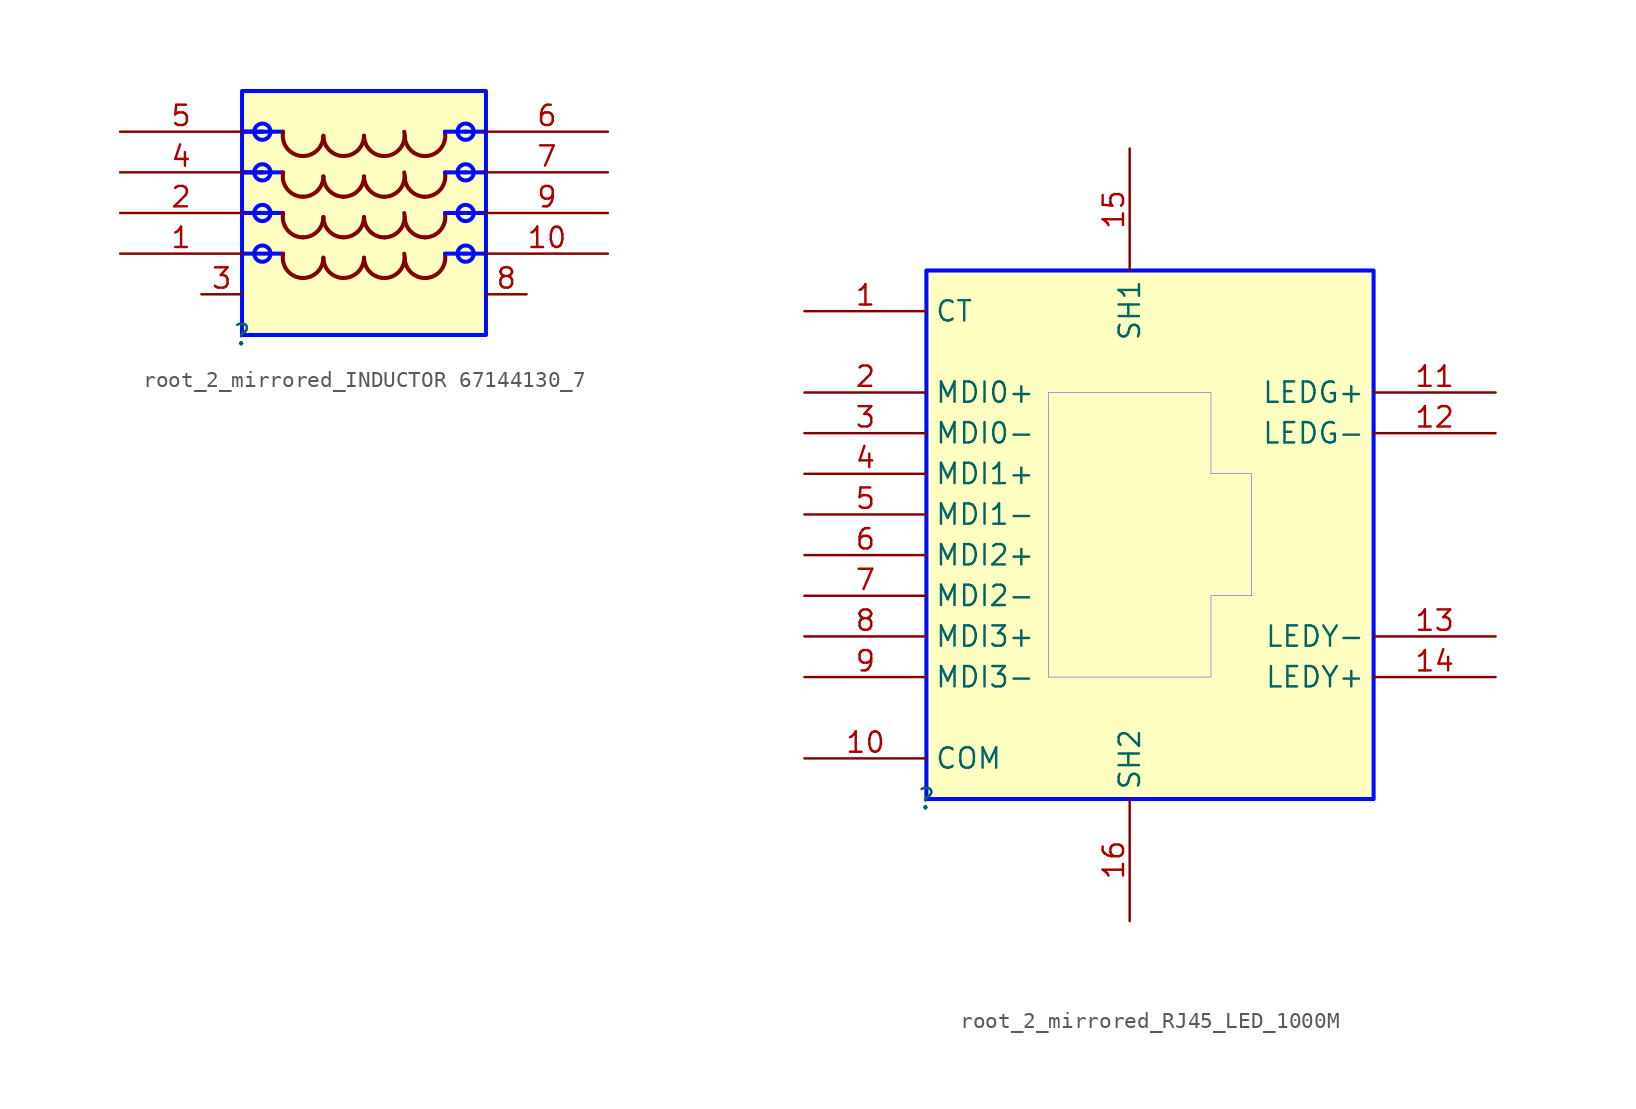
<source format=kicad_sym>
(kicad_symbol_lib
  (version 20231120)
  (generator "kicad_symbol_editor")
  (generator_version "8.0")
  (symbol "root_2_mirrored_INDUCTOR 67144130_7"
    (property "Reference" ""
      (at 0 0 0)
      (effects (font (size 1.27 1.27))))
    (property "Value" ""
      (at 0 0 0)
      (effects (font (size 1.27 1.27))))
    (symbol "root_2_mirrored_INDUCTOR 67144130_7_1_0"
      (polyline (pts (xy 0 5.08) (xy 2.54 5.08)) (stroke (width 0.254) (type solid) (color 0 11 255 1)) (fill (type none)))
      (polyline (pts (xy 0 7.62) (xy 1.27 7.62)) (stroke (width 0.254) (type solid) (color 0 11 255 1)) (fill (type none)))
      (polyline (pts (xy 0 7.62) (xy 2.54 7.62)) (stroke (width 0.254) (type solid) (color 0 11 255 1)) (fill (type none)))
      (polyline (pts (xy 0 10.16) (xy 1.27 10.16)) (stroke (width 0.254) (type solid) (color 0 11 255 1)) (fill (type none)))
      (polyline (pts (xy 0 10.16) (xy 2.54 10.16)) (stroke (width 0.254) (type solid) (color 0 11 255 1)) (fill (type none)))
      (polyline (pts (xy 0 12.7) (xy 1.27 12.7)) (stroke (width 0.254) (type solid) (color 0 11 255 1)) (fill (type none)))
      (polyline (pts (xy 0 12.7) (xy 2.54 12.7)) (stroke (width 0.254) (type solid) (color 0 11 255 1)) (fill (type none)))
      (polyline (pts (xy 12.7 5.08) (xy 13.97 5.08)) (stroke (width 0.254) (type solid) (color 0 11 255 1)) (fill (type none)))
      (polyline (pts (xy 12.7 7.62) (xy 13.97 7.62)) (stroke (width 0.254) (type solid) (color 0 11 255 1)) (fill (type none)))
      (polyline (pts (xy 12.7 10.16) (xy 13.97 10.16)) (stroke (width 0.254) (type solid) (color 0 11 255 1)) (fill (type none)))
      (polyline (pts (xy 12.7 12.7) (xy 13.97 12.7)) (stroke (width 0.254) (type solid) (color 0 11 255 1)) (fill (type none)))
      (polyline (pts (xy 15.24 5.08) (xy 13.97 5.08)) (stroke (width 0.254) (type solid) (color 0 11 255 1)) (fill (type none)))
      (polyline (pts (xy 15.24 7.62) (xy 13.97 7.62)) (stroke (width 0.254) (type solid) (color 0 11 255 1)) (fill (type none)))
      (polyline (pts (xy 15.24 10.16) (xy 13.97 10.16)) (stroke (width 0.254) (type solid) (color 0 11 255 1)) (fill (type none)))
      (polyline (pts (xy 15.24 12.7) (xy 13.97 12.7)) (stroke (width 0.254) (type solid) (color 0 11 255 1)) (fill (type none)))
      (circle (center 1.27 5.08) (radius 0.508) (stroke (width 0.254) (type solid) (color 0 11 255 1)) (fill (type color) (color 0 0 255 1)))
      (circle (center 1.27 7.62) (radius 0.508) (stroke (width 0.254) (type solid) (color 0 11 255 1)) (fill (type color) (color 0 0 255 1)))
      (circle (center 1.27 10.16) (radius 0.508) (stroke (width 0.254) (type solid) (color 0 11 255 1)) (fill (type color) (color 0 0 255 1)))
      (circle (center 1.27 12.7) (radius 0.508) (stroke (width 0.254) (type solid) (color 0 11 255 1)) (fill (type color) (color 0 0 255 1)))
      (arc (start 2.5647 5.0751) (mid 2.8279 4.0209) (end 3.81 3.556) (stroke (width 0.254) (type solid)) (fill (type none)))
      (arc (start 2.5647 7.6151) (mid 2.8279 6.5609) (end 3.81 6.096) (stroke (width 0.254) (type solid)) (fill (type none)))
      (arc (start 2.5647 10.1551) (mid 2.8279 9.1009) (end 3.81 8.636) (stroke (width 0.254) (type solid)) (fill (type none)))
      (arc (start 2.5647 12.6951) (mid 2.8279 11.6409) (end 3.81 11.176) (stroke (width 0.254) (type solid)) (fill (type none)))
      (arc (start 3.81 3.556) (mid 4.708 3.928) (end 5.08 4.826) (stroke (width 0.254) (type solid)) (fill (type none)))
      (arc (start 3.81 6.096) (mid 4.708 6.468) (end 5.08 7.366) (stroke (width 0.254) (type solid)) (fill (type none)))
      (arc (start 3.81 8.636) (mid 4.708 9.008) (end 5.08 9.906) (stroke (width 0.254) (type solid)) (fill (type none)))
      (arc (start 3.81 11.176) (mid 4.708 11.548) (end 5.08 12.446) (stroke (width 0.254) (type solid)) (fill (type none)))
      (arc (start 5.08 4.826) (mid 5.452 3.928) (end 6.35 3.556) (stroke (width 0.254) (type solid)) (fill (type none)))
      (arc (start 5.08 7.366) (mid 5.452 6.468) (end 6.35 6.096) (stroke (width 0.254) (type solid)) (fill (type none)))
      (arc (start 5.08 9.906) (mid 5.452 9.008) (end 6.35 8.636) (stroke (width 0.254) (type solid)) (fill (type none)))
      (arc (start 5.08 12.446) (mid 5.452 11.548) (end 6.35 11.176) (stroke (width 0.254) (type solid)) (fill (type none)))
      (arc (start 6.35 3.556) (mid 7.248 3.928) (end 7.62 4.826) (stroke (width 0.254) (type solid)) (fill (type none)))
      (arc (start 6.35 6.096) (mid 7.248 6.468) (end 7.62 7.366) (stroke (width 0.254) (type solid)) (fill (type none)))
      (arc (start 6.35 8.636) (mid 7.248 9.008) (end 7.62 9.906) (stroke (width 0.254) (type solid)) (fill (type none)))
      (arc (start 6.35 11.176) (mid 7.248 11.548) (end 7.62 12.446) (stroke (width 0.254) (type solid)) (fill (type none)))
      (arc (start 7.62 4.826) (mid 7.992 3.928) (end 8.89 3.556) (stroke (width 0.254) (type solid)) (fill (type none)))
      (arc (start 7.62 7.366) (mid 7.992 6.468) (end 8.89 6.096) (stroke (width 0.254) (type solid)) (fill (type none)))
      (arc (start 7.62 9.906) (mid 7.992 9.008) (end 8.89 8.636) (stroke (width 0.254) (type solid)) (fill (type none)))
      (arc (start 7.62 12.446) (mid 7.992 11.548) (end 8.89 11.176) (stroke (width 0.254) (type solid)) (fill (type none)))
      (arc (start 8.89 3.556) (mid 9.8722 4.0208) (end 10.1353 5.0751) (stroke (width 0.254) (type solid)) (fill (type none)))
      (arc (start 8.89 6.096) (mid 9.8722 6.5608) (end 10.1353 7.6151) (stroke (width 0.254) (type solid)) (fill (type none)))
      (arc (start 8.89 8.636) (mid 9.8722 9.1008) (end 10.1353 10.1551) (stroke (width 0.254) (type solid)) (fill (type none)))
      (arc (start 8.89 11.176) (mid 9.8722 11.6408) (end 10.1353 12.6951) (stroke (width 0.254) (type solid)) (fill (type none)))
      (arc (start 10.16 4.826) (mid 10.532 3.928) (end 11.43 3.556) (stroke (width 0.254) (type solid)) (fill (type none)))
      (arc (start 10.16 7.366) (mid 10.532 6.468) (end 11.43 6.096) (stroke (width 0.254) (type solid)) (fill (type none)))
      (arc (start 10.16 9.906) (mid 10.532 9.008) (end 11.43 8.636) (stroke (width 0.254) (type solid)) (fill (type none)))
      (arc (start 10.16 12.446) (mid 10.532 11.548) (end 11.43 11.176) (stroke (width 0.254) (type solid)) (fill (type none)))
      (arc (start 11.43 3.556) (mid 12.4122 4.0208) (end 12.6753 5.0751) (stroke (width 0.254) (type solid)) (fill (type none)))
      (arc (start 11.43 6.096) (mid 12.4122 6.5608) (end 12.6753 7.6151) (stroke (width 0.254) (type solid)) (fill (type none)))
      (arc (start 11.43 8.636) (mid 12.4122 9.1008) (end 12.6753 10.1551) (stroke (width 0.254) (type solid)) (fill (type none)))
      (arc (start 11.43 11.176) (mid 12.4122 11.6408) (end 12.6753 12.6951) (stroke (width 0.254) (type solid)) (fill (type none)))
      (circle (center 13.97 5.08) (radius 0.508) (stroke (width 0.254) (type solid) (color 0 11 255 1)) (fill (type color) (color 0 0 255 1)))
      (circle (center 13.97 7.62) (radius 0.508) (stroke (width 0.254) (type solid) (color 0 11 255 1)) (fill (type color) (color 0 0 255 1)))
      (circle (center 13.97 10.16) (radius 0.508) (stroke (width 0.254) (type solid) (color 0 11 255 1)) (fill (type color) (color 0 0 255 1)))
      (circle (center 13.97 12.7) (radius 0.508) (stroke (width 0.254) (type solid) (color 0 11 255 1)) (fill (type color) (color 0 0 255 1)))
      (rectangle (start 15.24 15.24) (end 0 0) (stroke (width 0.254) (type solid) (color 0 11 255 1)) (fill (type background)))
      (pin passive line (at -7.62 5.08 0) (length 7.62) (name "1" (effects (font (size 0 0)))) (number "1" (effects (font (size 1.27 1.27)))))
      (pin passive line (at 22.86 5.08 180) (length 7.62) (name "10" (effects (font (size 0 0)))) (number "10" (effects (font (size 1.27 1.27)))))
      (pin passive line (at -7.62 7.62 0) (length 7.62) (name "2" (effects (font (size 0 0)))) (number "2" (effects (font (size 1.27 1.27)))))
      (pin passive line (at -2.54 2.54 0) (length 2.54) (name "3" (effects (font (size 0 0)))) (number "3" (effects (font (size 1.27 1.27)))))
      (pin passive line (at -7.62 10.16 0) (length 7.62) (name "4" (effects (font (size 0 0)))) (number "4" (effects (font (size 1.27 1.27)))))
      (pin passive line (at -7.62 12.7 0) (length 7.62) (name "5" (effects (font (size 0 0)))) (number "5" (effects (font (size 1.27 1.27)))))
      (pin passive line (at 22.86 12.7 180) (length 7.62) (name "6" (effects (font (size 0 0)))) (number "6" (effects (font (size 1.27 1.27)))))
      (pin passive line (at 22.86 10.16 180) (length 7.62) (name "7" (effects (font (size 0 0)))) (number "7" (effects (font (size 1.27 1.27)))))
      (pin passive line (at 17.78 2.54 180) (length 2.54) (name "8" (effects (font (size 0 0)))) (number "8" (effects (font (size 1.27 1.27)))))
      (pin passive line (at 22.86 7.62 180) (length 7.62) (name "9" (effects (font (size 0 0)))) (number "9" (effects (font (size 1.27 1.27)))))))
  (symbol "root_2_mirrored_RJ45_LED_1000M"
    (property "Reference" ""
      (at 0 0 0)
      (effects (font (size 1.27 1.27))))
    (property "Value" ""
      (at 0 0 0)
      (effects (font (size 1.27 1.27))))
    (symbol "root_2_mirrored_RJ45_LED_1000M_1_0"
      (polyline (pts (xy 7.62 7.62) (xy 7.62 7.62) (xy 7.62 25.4) (xy 17.78 25.4) (xy 17.78 20.32) (xy 20.32 20.32) (xy 20.32 12.7) (xy 17.78 12.7) (xy 17.78 7.62) (xy 17.78 7.62) (xy 7.62 7.62)) (stroke (width 0.025) (type solid) (color 0 11 255 1)) (fill (type none)))
      (rectangle (start 27.94 33.02) (end 0 0) (stroke (width 0.254) (type solid) (color 0 11 255 1)) (fill (type background)))
      (pin passive line (at -7.62 30.48 0) (length 7.62) (name "CT" (effects (font (size 1.27 1.27)))) (number "1" (effects (font (size 1.27 1.27)))))
      (pin passive line (at -7.62 2.54 0) (length 7.62) (name "COM" (effects (font (size 1.27 1.27)))) (number "10" (effects (font (size 1.27 1.27)))))
      (pin passive line (at 35.56 25.4 180) (length 7.62) (name "LEDG+" (effects (font (size 1.27 1.27)))) (number "11" (effects (font (size 1.27 1.27)))))
      (pin passive line (at 35.56 22.86 180) (length 7.62) (name "LEDG-" (effects (font (size 1.27 1.27)))) (number "12" (effects (font (size 1.27 1.27)))))
      (pin passive line (at 35.56 10.16 180) (length 7.62) (name "LEDY-" (effects (font (size 1.27 1.27)))) (number "13" (effects (font (size 1.27 1.27)))))
      (pin passive line (at 35.56 7.62 180) (length 7.62) (name "LEDY+" (effects (font (size 1.27 1.27)))) (number "14" (effects (font (size 1.27 1.27)))))
      (pin passive line (at 12.7 40.64 270) (length 7.62) (name "SH1" (effects (font (size 1.27 1.27)))) (number "15" (effects (font (size 1.27 1.27)))))
      (pin passive line (at 12.7 -7.62 90) (length 7.62) (name "SH2" (effects (font (size 1.27 1.27)))) (number "16" (effects (font (size 1.27 1.27)))))
      (pin passive line (at -7.62 25.4 0) (length 7.62) (name "MDI0+" (effects (font (size 1.27 1.27)))) (number "2" (effects (font (size 1.27 1.27)))))
      (pin passive line (at -7.62 22.86 0) (length 7.62) (name "MDI0-" (effects (font (size 1.27 1.27)))) (number "3" (effects (font (size 1.27 1.27)))))
      (pin passive line (at -7.62 20.32 0) (length 7.62) (name "MDI1+" (effects (font (size 1.27 1.27)))) (number "4" (effects (font (size 1.27 1.27)))))
      (pin passive line (at -7.62 17.78 0) (length 7.62) (name "MDI1-" (effects (font (size 1.27 1.27)))) (number "5" (effects (font (size 1.27 1.27)))))
      (pin passive line (at -7.62 15.24 0) (length 7.62) (name "MDI2+" (effects (font (size 1.27 1.27)))) (number "6" (effects (font (size 1.27 1.27)))))
      (pin passive line (at -7.62 12.7 0) (length 7.62) (name "MDI2-" (effects (font (size 1.27 1.27)))) (number "7" (effects (font (size 1.27 1.27)))))
      (pin passive line (at -7.62 10.16 0) (length 7.62) (name "MDI3+" (effects (font (size 1.27 1.27)))) (number "8" (effects (font (size 1.27 1.27)))))
      (pin passive line (at -7.62 7.62 0) (length 7.62) (name "MDI3-" (effects (font (size 1.27 1.27)))) (number "9" (effects (font (size 1.27 1.27))))))))
</source>
